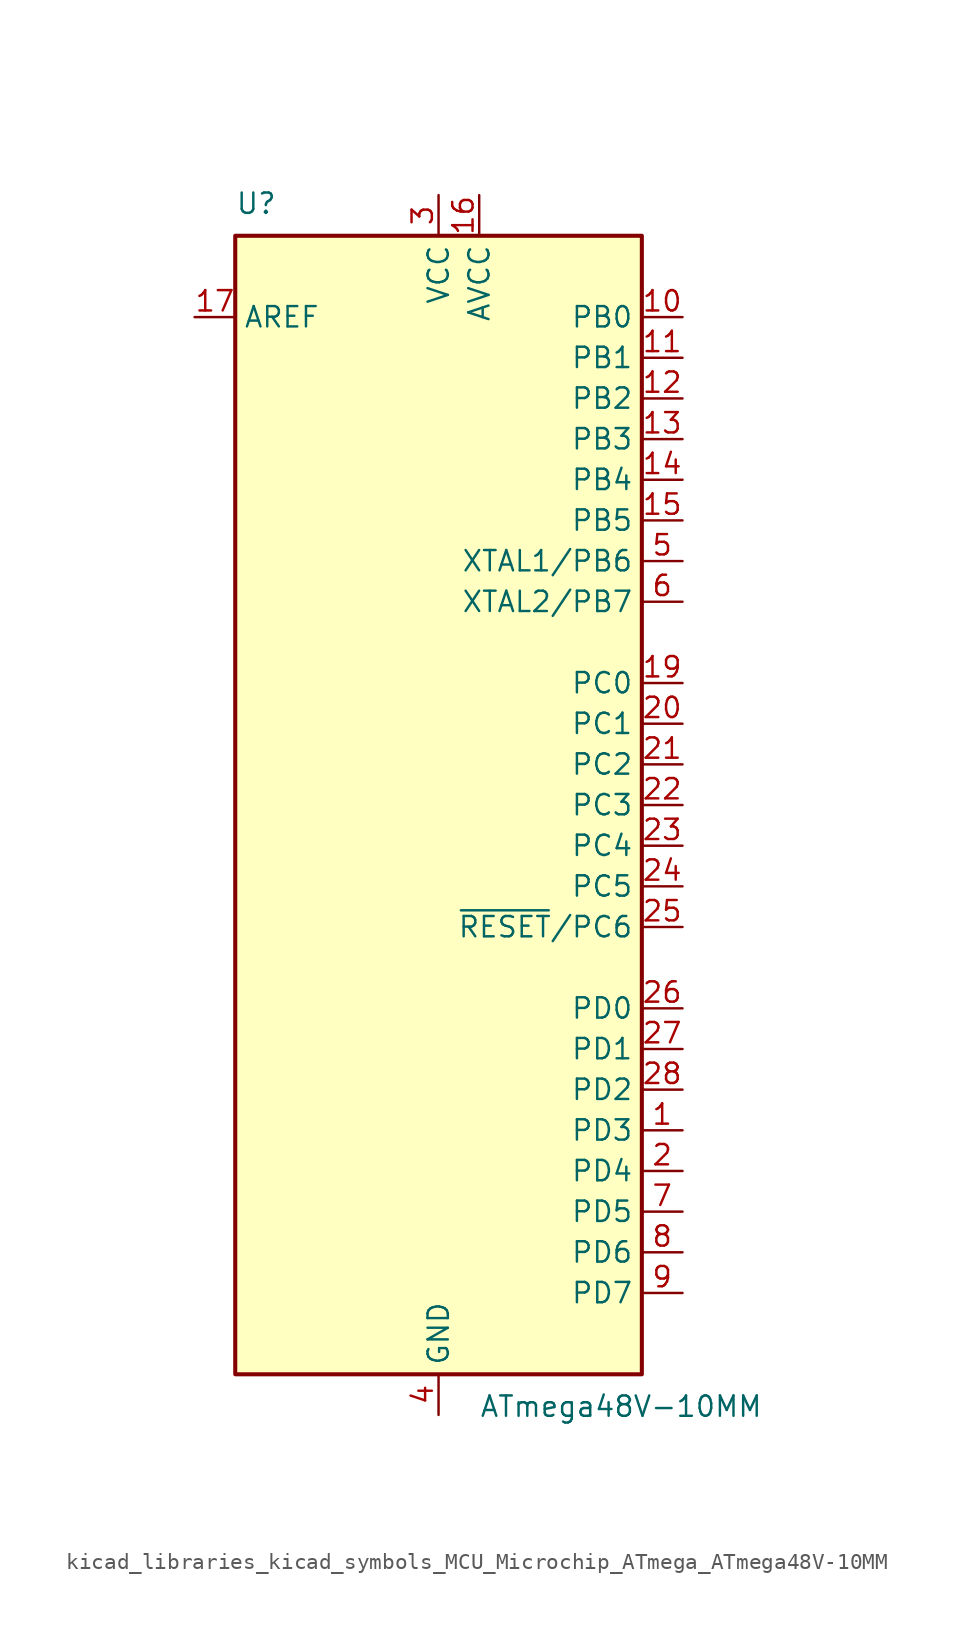
<source format=kicad_sym>
(kicad_symbol_lib
  (version 20220914)
  (generator kicad_symbol_editor)
  (symbol "kicad_libraries_kicad_symbols_MCU_Microchip_ATmega_ATmega48V-10MM"
    (property "Reference" "U"
      (at -12.7 36.83 0)
      (effects (font (size 1.27 1.27)) (justify left bottom)))
    (property "Value" "ATmega48V-10MM"
      (at 2.54 -36.83 0)
      (effects (font (size 1.27 1.27)) (justify left top)))
    (symbol "kicad_libraries_kicad_symbols_MCU_Microchip_ATmega_ATmega48V-10MM_0_1"
      (rectangle (start -12.7 -35.56) (end 12.7 35.56) (stroke (width 0.254) (type default)) (fill (type background))))
    (symbol "kicad_libraries_kicad_symbols_MCU_Microchip_ATmega_ATmega48V-10MM_1_1"
      (pin bidirectional line (at 15.24 -20.32 180) (length 2.54) (name "PD3" (effects (font (size 1.27 1.27)))) (number "1" (effects (font (size 1.27 1.27)))))
      (pin bidirectional line (at 15.24 30.48 180) (length 2.54) (name "PB0" (effects (font (size 1.27 1.27)))) (number "10" (effects (font (size 1.27 1.27)))))
      (pin bidirectional line (at 15.24 27.94 180) (length 2.54) (name "PB1" (effects (font (size 1.27 1.27)))) (number "11" (effects (font (size 1.27 1.27)))))
      (pin bidirectional line (at 15.24 25.4 180) (length 2.54) (name "PB2" (effects (font (size 1.27 1.27)))) (number "12" (effects (font (size 1.27 1.27)))))
      (pin bidirectional line (at 15.24 22.86 180) (length 2.54) (name "PB3" (effects (font (size 1.27 1.27)))) (number "13" (effects (font (size 1.27 1.27)))))
      (pin bidirectional line (at 15.24 20.32 180) (length 2.54) (name "PB4" (effects (font (size 1.27 1.27)))) (number "14" (effects (font (size 1.27 1.27)))))
      (pin bidirectional line (at 15.24 17.78 180) (length 2.54) (name "PB5" (effects (font (size 1.27 1.27)))) (number "15" (effects (font (size 1.27 1.27)))))
      (pin power_in line (at 2.54 38.1 270) (length 2.54) (name "AVCC" (effects (font (size 1.27 1.27)))) (number "16" (effects (font (size 1.27 1.27)))))
      (pin passive line (at -15.24 30.48 0) (length 2.54) (name "AREF" (effects (font (size 1.27 1.27)))) (number "17" (effects (font (size 1.27 1.27)))))
      (pin passive line (at 0 -38.1 90) (length 2.54) hide (name "GND" (effects (font (size 1.27 1.27)))) (number "18" (effects (font (size 1.27 1.27)))))
      (pin bidirectional line (at 15.24 7.62 180) (length 2.54) (name "PC0" (effects (font (size 1.27 1.27)))) (number "19" (effects (font (size 1.27 1.27)))))
      (pin bidirectional line (at 15.24 -22.86 180) (length 2.54) (name "PD4" (effects (font (size 1.27 1.27)))) (number "2" (effects (font (size 1.27 1.27)))))
      (pin bidirectional line (at 15.24 5.08 180) (length 2.54) (name "PC1" (effects (font (size 1.27 1.27)))) (number "20" (effects (font (size 1.27 1.27)))))
      (pin bidirectional line (at 15.24 2.54 180) (length 2.54) (name "PC2" (effects (font (size 1.27 1.27)))) (number "21" (effects (font (size 1.27 1.27)))))
      (pin bidirectional line (at 15.24 0 180) (length 2.54) (name "PC3" (effects (font (size 1.27 1.27)))) (number "22" (effects (font (size 1.27 1.27)))))
      (pin bidirectional line (at 15.24 -2.54 180) (length 2.54) (name "PC4" (effects (font (size 1.27 1.27)))) (number "23" (effects (font (size 1.27 1.27)))))
      (pin bidirectional line (at 15.24 -5.08 180) (length 2.54) (name "PC5" (effects (font (size 1.27 1.27)))) (number "24" (effects (font (size 1.27 1.27)))))
      (pin bidirectional line (at 15.24 -7.62 180) (length 2.54) (name "~{RESET}/PC6" (effects (font (size 1.27 1.27)))) (number "25" (effects (font (size 1.27 1.27)))))
      (pin bidirectional line (at 15.24 -12.7 180) (length 2.54) (name "PD0" (effects (font (size 1.27 1.27)))) (number "26" (effects (font (size 1.27 1.27)))))
      (pin bidirectional line (at 15.24 -15.24 180) (length 2.54) (name "PD1" (effects (font (size 1.27 1.27)))) (number "27" (effects (font (size 1.27 1.27)))))
      (pin bidirectional line (at 15.24 -17.78 180) (length 2.54) (name "PD2" (effects (font (size 1.27 1.27)))) (number "28" (effects (font (size 1.27 1.27)))))
      (pin passive line (at 0 -38.1 90) (length 2.54) hide (name "GND" (effects (font (size 1.27 1.27)))) (number "29" (effects (font (size 1.27 1.27)))))
      (pin power_in line (at 0 38.1 270) (length 2.54) (name "VCC" (effects (font (size 1.27 1.27)))) (number "3" (effects (font (size 1.27 1.27)))))
      (pin power_in line (at 0 -38.1 90) (length 2.54) (name "GND" (effects (font (size 1.27 1.27)))) (number "4" (effects (font (size 1.27 1.27)))))
      (pin bidirectional line (at 15.24 15.24 180) (length 2.54) (name "XTAL1/PB6" (effects (font (size 1.27 1.27)))) (number "5" (effects (font (size 1.27 1.27)))))
      (pin bidirectional line (at 15.24 12.7 180) (length 2.54) (name "XTAL2/PB7" (effects (font (size 1.27 1.27)))) (number "6" (effects (font (size 1.27 1.27)))))
      (pin bidirectional line (at 15.24 -25.4 180) (length 2.54) (name "PD5" (effects (font (size 1.27 1.27)))) (number "7" (effects (font (size 1.27 1.27)))))
      (pin bidirectional line (at 15.24 -27.94 180) (length 2.54) (name "PD6" (effects (font (size 1.27 1.27)))) (number "8" (effects (font (size 1.27 1.27)))))
      (pin bidirectional line (at 15.24 -30.48 180) (length 2.54) (name "PD7" (effects (font (size 1.27 1.27)))) (number "9" (effects (font (size 1.27 1.27))))))))
</source>
